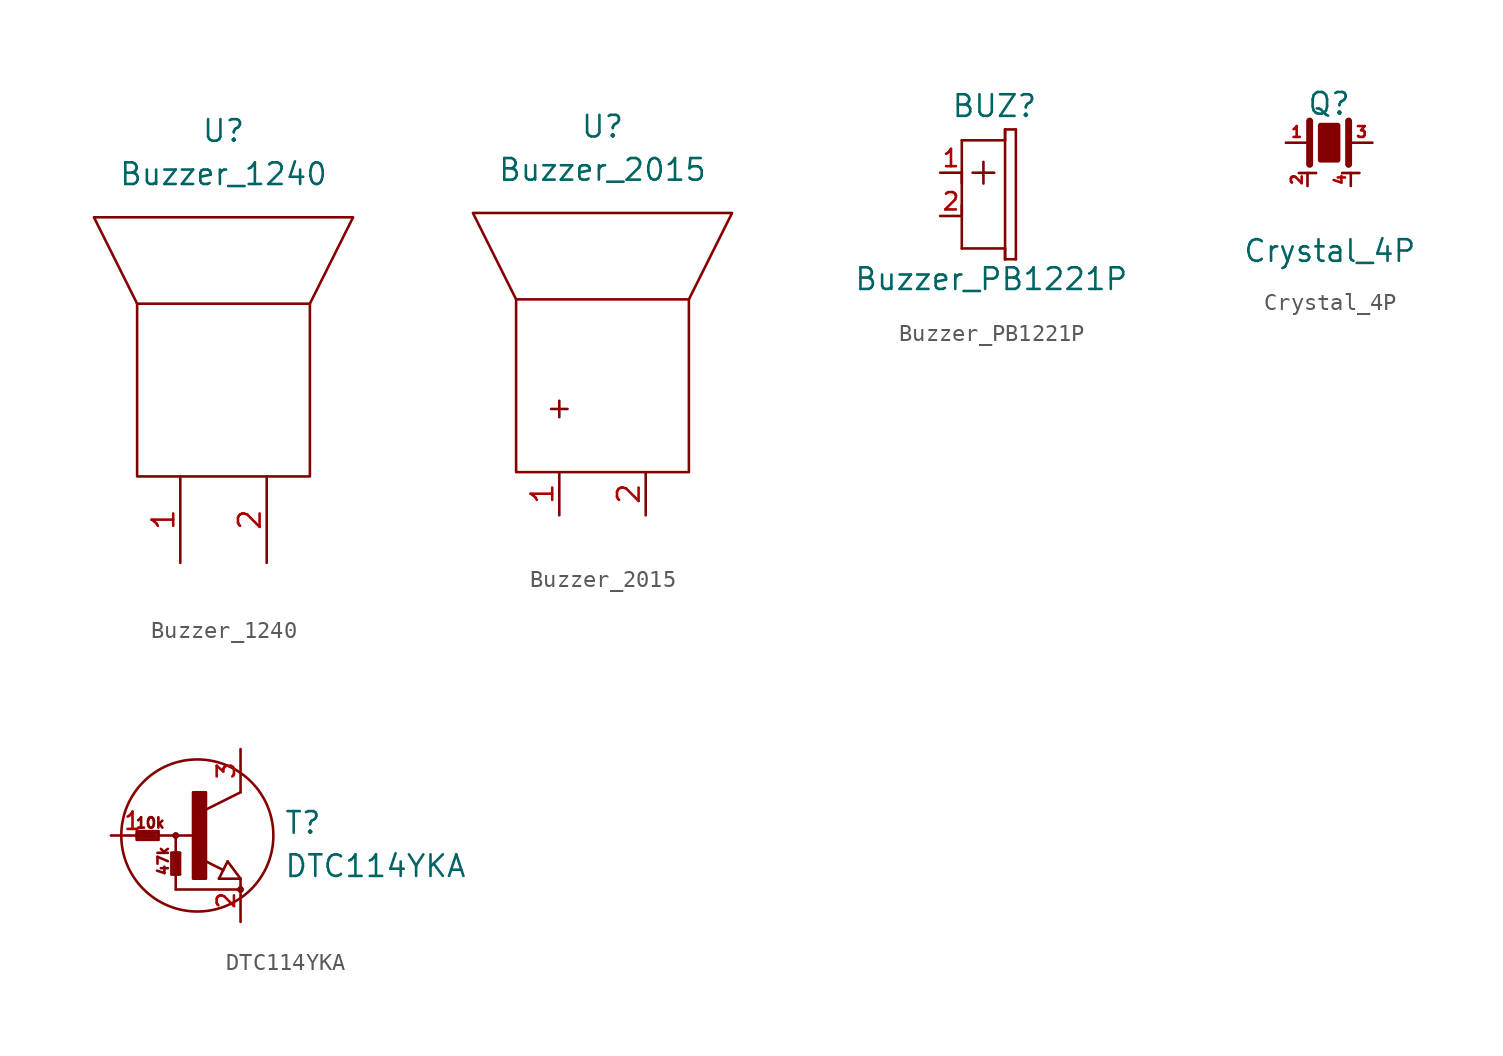
<source format=kicad_sym>
(kicad_symbol_lib
  (version 20211014)
  (generator kicad_symbol_editor)
  (symbol "Buzzer_1240"
    (pin_names
      (offset 1.016))
    (property "Reference" "U"
      (at 0 15.24 0)
      (effects (font (size 1.27 1.27))))
    (property "Value" "Buzzer_1240"
      (at 0 12.7 0)
      (effects (font (size 1.27 1.27))))
    (symbol "Buzzer_1240_0_1"
      (rectangle (start -5.08 5.08) (end 5.08 -5.08) (stroke (width 0) (type default) (color 0 0 0 0)) (fill (type none)))
      (polyline (pts (xy 5.08 5.08) (xy 7.62 10.16) (xy -7.62 10.16) (xy -5.08 5.08)) (stroke (width 0) (type default) (color 0 0 0 0)) (fill (type none))))
    (symbol "Buzzer_1240_1_1"
      (pin passive line (at -2.54 -10.16 90) (length 5.08) (name "~" (effects (font (size 1.27 1.27)))) (number "1" (effects (font (size 1.27 1.27)))))
      (pin passive line (at 2.54 -10.16 90) (length 5.08) (name "~" (effects (font (size 1.27 1.27)))) (number "2" (effects (font (size 1.27 1.27)))))))
  (symbol "Buzzer_2015"
    (pin_names
      (offset 1.016))
    (property "Reference" "U"
      (at 0 15.24 0)
      (effects (font (size 1.27 1.27))))
    (property "Value" "Buzzer_2015"
      (at 0 12.7 0)
      (effects (font (size 1.27 1.27))))
    (symbol "Buzzer_2015_0_0"
      (rectangle (start -5.08 5.08) (end 5.08 -5.08) (stroke (width 0) (type default) (color 0 0 0 0)) (fill (type none)))
      (polyline (pts (xy 5.08 5.08) (xy 7.62 10.16) (xy -7.62 10.16) (xy -5.08 5.08)) (stroke (width 0) (type default) (color 0 0 0 0)) (fill (type none)))
      (text "+" (at -2.54 -1.27 0) (effects (font (size 1.27 1.27)))))
    (symbol "Buzzer_2015_1_1"
      (pin passive line (at -2.54 -7.62 90) (length 2.54) (name "~" (effects (font (size 1.27 1.27)))) (number "1" (effects (font (size 1.27 1.27)))))
      (pin passive line (at 2.54 -7.62 90) (length 2.54) (name "~" (effects (font (size 1.27 1.27)))) (number "2" (effects (font (size 1.27 1.27)))))))
  (symbol "Buzzer_PB1221P"
    (pin_names
      (offset 1.016) hide)
    (property "Reference" "BUZ"
      (at -1.905 5.715 0)
      (effects (font (size 1.27 1.27)) (justify left bottom)))
    (property "Value" "Buzzer_PB1221P"
      (at -7.62 -4.445 0)
      (effects (font (size 1.27 1.27)) (justify left bottom)))
    (property "Datasheet" ""
      (at 0 0 90)
      (effects (font (size 1.524 1.524))))
    (symbol "Buzzer_PB1221P_1_0"
      (polyline (pts (xy -1.27 -1.905) (xy -1.27 0.635)) (stroke (width 0) (type default) (color 0 0 0 0)) (fill (type none)))
      (polyline (pts (xy -1.27 0) (xy -1.27 2.54)) (stroke (width 0) (type default) (color 0 0 0 0)) (fill (type none)))
      (polyline (pts (xy -1.27 1.905) (xy -1.27 4.445)) (stroke (width 0) (type default) (color 0 0 0 0)) (fill (type none)))
      (polyline (pts (xy -1.27 4.445) (xy 1.27 4.445)) (stroke (width 0) (type default) (color 0 0 0 0)) (fill (type none)))
      (polyline (pts (xy -0.635 2.54) (xy 0 2.54)) (stroke (width 0) (type default) (color 0 0 0 0)) (fill (type none)))
      (polyline (pts (xy 0 1.905) (xy 0 2.54)) (stroke (width 0) (type default) (color 0 0 0 0)) (fill (type none)))
      (polyline (pts (xy 0 2.54) (xy 0 3.175)) (stroke (width 0) (type default) (color 0 0 0 0)) (fill (type none)))
      (polyline (pts (xy 0.635 2.54) (xy 0 2.54)) (stroke (width 0) (type default) (color 0 0 0 0)) (fill (type none)))
      (polyline (pts (xy 1.27 -2.54) (xy 1.27 -1.905)) (stroke (width 0) (type default) (color 0 0 0 0)) (fill (type none)))
      (polyline (pts (xy 1.27 -2.54) (xy 1.27 5.08)) (stroke (width 0) (type default) (color 0 0 0 0)) (fill (type none)))
      (polyline (pts (xy 1.27 -1.905) (xy -1.27 -1.905)) (stroke (width 0) (type default) (color 0 0 0 0)) (fill (type none)))
      (polyline (pts (xy 1.27 4.445) (xy 1.27 5.08)) (stroke (width 0) (type default) (color 0 0 0 0)) (fill (type none)))
      (polyline (pts (xy 1.27 5.08) (xy 1.905 5.08)) (stroke (width 0) (type default) (color 0 0 0 0)) (fill (type none)))
      (polyline (pts (xy 1.905 -2.54) (xy 1.27 -2.54)) (stroke (width 0) (type default) (color 0 0 0 0)) (fill (type none)))
      (polyline (pts (xy 1.905 5.08) (xy 1.905 -2.54)) (stroke (width 0) (type default) (color 0 0 0 0)) (fill (type none))))
    (symbol "Buzzer_PB1221P_1_1"
      (pin passive line (at -2.54 2.54 0) (length 1.27) (name "PLUS" (effects (font (size 1.016 1.016)))) (number "1" (effects (font (size 1.016 1.016)))))
      (pin passive line (at -2.54 0 0) (length 1.27) (name "MINUS" (effects (font (size 1.016 1.016)))) (number "2" (effects (font (size 1.016 1.016)))))))
  (symbol "Crystal_4P"
    (pin_names
      (offset 1.016) hide)
    (property "Reference" "Q"
      (at 0 2.286 0)
      (effects (font (size 1.27 1.27))))
    (property "Value" "Crystal_4P"
      (at -5.08 -6.35 0)
      (effects (font (size 1.27 1.27)) (justify left)))
    (property "Footprint" ""
      (at 0 0 0)
      (effects (font (size 1.524 1.524))))
    (property "Datasheet" ""
      (at 0 0 0)
      (effects (font (size 1.524 1.524))))
    (symbol "Crystal_4P_0_1"
      (polyline (pts (xy -1.778 -1.778) (xy -0.762 -1.778)) (stroke (width 0) (type default) (color 0 0 0 0)) (fill (type none)))
      (polyline (pts (xy -1.143 1.27) (xy -1.143 -1.27)) (stroke (width 0.406) (type default) (color 0 0 0 0)) (fill (type none)))
      (polyline (pts (xy 0.762 -1.778) (xy 1.778 -1.778)) (stroke (width 0) (type default) (color 0 0 0 0)) (fill (type none)))
      (polyline (pts (xy 1.143 1.27) (xy 1.143 -1.27)) (stroke (width 0.406) (type default) (color 0 0 0 0)) (fill (type none)))
      (polyline (pts (xy -0.508 1.016) (xy 0.508 1.016) (xy 0.508 -1.016) (xy -0.508 -1.016) (xy -0.508 1.016)) (stroke (width 0.305) (type default) (color 0 0 0 0)) (fill (type outline))))
    (symbol "Crystal_4P_1_1"
      (pin passive line (at -2.54 0 0) (length 1.27) (name "1" (effects (font (size 0.508 0.508)))) (number "1" (effects (font (size 0.635 0.635)))))
      (pin passive line (at -1.27 -2.54 90) (length 0.762) (name "2" (effects (font (size 0.508 0.508)))) (number "2" (effects (font (size 0.635 0.635)))))
      (pin passive line (at 2.54 0 180) (length 1.27) (name "3" (effects (font (size 0.508 0.508)))) (number "3" (effects (font (size 0.635 0.635)))))
      (pin passive line (at 1.27 -2.54 90) (length 0.762) (name "4" (effects (font (size 0.508 0.508)))) (number "4" (effects (font (size 0.635 0.635)))))))
  (symbol "DTC114YKA"
    (pin_names
      (offset 0) hide)
    (property "Reference" "T"
      (at 5.08 0 0)
      (effects (font (size 1.27 1.27)) (justify left bottom)))
    (property "Value" "DTC114YKA"
      (at 5.08 -2.54 0)
      (effects (font (size 1.27 1.27)) (justify left bottom)))
    (property "Datasheet" ""
      (at 0 0 0)
      (effects (font (size 1.524 1.524))))
    (symbol "DTC114YKA_1_0"
      (polyline (pts (xy -3.556 -0.254) (xy -2.286 -0.254)) (stroke (width 0) (type default) (color 0 0 0 0)) (fill (type none)))
      (polyline (pts (xy -3.556 -0.127) (xy -3.556 -0.254)) (stroke (width 0) (type default) (color 0 0 0 0)) (fill (type none)))
      (polyline (pts (xy -3.556 -0.127) (xy -2.286 -0.127)) (stroke (width 0) (type default) (color 0 0 0 0)) (fill (type none)))
      (polyline (pts (xy -3.556 0) (xy -3.556 -0.127)) (stroke (width 0) (type default) (color 0 0 0 0)) (fill (type none)))
      (polyline (pts (xy -3.556 0.127) (xy -3.556 0)) (stroke (width 0) (type default) (color 0 0 0 0)) (fill (type none)))
      (polyline (pts (xy -3.556 0.127) (xy -2.286 0.127)) (stroke (width 0) (type default) (color 0 0 0 0)) (fill (type none)))
      (polyline (pts (xy -3.556 0.254) (xy -3.556 0.127)) (stroke (width 0) (type default) (color 0 0 0 0)) (fill (type none)))
      (polyline (pts (xy -3.556 0.254) (xy -2.286 0.254)) (stroke (width 0) (type default) (color 0 0 0 0)) (fill (type none)))
      (polyline (pts (xy -2.286 0) (xy -3.556 0)) (stroke (width 0) (type default) (color 0 0 0 0)) (fill (type none)))
      (polyline (pts (xy -2.286 0) (xy -2.286 -0.254)) (stroke (width 0) (type default) (color 0 0 0 0)) (fill (type none)))
      (polyline (pts (xy -2.286 0.127) (xy -2.286 0)) (stroke (width 0) (type default) (color 0 0 0 0)) (fill (type none)))
      (polyline (pts (xy -2.286 0.254) (xy -2.286 0.127)) (stroke (width 0) (type default) (color 0 0 0 0)) (fill (type none)))
      (polyline (pts (xy -1.524 -2.286) (xy -1.524 -1.016)) (stroke (width 0) (type default) (color 0 0 0 0)) (fill (type none)))
      (polyline (pts (xy -1.524 -2.286) (xy -1.397 -2.286)) (stroke (width 0) (type default) (color 0 0 0 0)) (fill (type none)))
      (polyline (pts (xy -1.524 -1.016) (xy -1.397 -1.016)) (stroke (width 0) (type default) (color 0 0 0 0)) (fill (type none)))
      (polyline (pts (xy -1.397 -2.286) (xy -1.397 -1.016)) (stroke (width 0) (type default) (color 0 0 0 0)) (fill (type none)))
      (polyline (pts (xy -1.397 -2.286) (xy -1.143 -2.286)) (stroke (width 0) (type default) (color 0 0 0 0)) (fill (type none)))
      (polyline (pts (xy -1.397 -1.016) (xy -1.143 -1.016)) (stroke (width 0) (type default) (color 0 0 0 0)) (fill (type none)))
      (polyline (pts (xy -1.27 -3.175) (xy 2.54 -3.175)) (stroke (width 0) (type default) (color 0 0 0 0)) (fill (type none)))
      (polyline (pts (xy -1.27 0) (xy -2.286 0)) (stroke (width 0) (type default) (color 0 0 0 0)) (fill (type none)))
      (polyline (pts (xy -1.27 0) (xy -1.27 -3.175)) (stroke (width 0) (type default) (color 0 0 0 0)) (fill (type none)))
      (polyline (pts (xy -1.143 -2.286) (xy -1.143 -1.016)) (stroke (width 0) (type default) (color 0 0 0 0)) (fill (type none)))
      (polyline (pts (xy -1.143 -2.286) (xy -1.016 -2.286)) (stroke (width 0) (type default) (color 0 0 0 0)) (fill (type none)))
      (polyline (pts (xy -1.143 -1.016) (xy -1.016 -1.016)) (stroke (width 0) (type default) (color 0 0 0 0)) (fill (type none)))
      (polyline (pts (xy -1.016 -2.286) (xy -1.016 -1.016)) (stroke (width 0) (type default) (color 0 0 0 0)) (fill (type none)))
      (polyline (pts (xy 0 0) (xy -1.27 0)) (stroke (width 0) (type default) (color 0 0 0 0)) (fill (type none)))
      (polyline (pts (xy 1.27 -2.54) (xy 1.778 -1.524)) (stroke (width 0) (type default) (color 0 0 0 0)) (fill (type none)))
      (polyline (pts (xy 1.524 -2.032) (xy 0.305 -1.422)) (stroke (width 0) (type default) (color 0 0 0 0)) (fill (type none)))
      (polyline (pts (xy 1.778 -1.524) (xy 2.54 -2.54)) (stroke (width 0) (type default) (color 0 0 0 0)) (fill (type none)))
      (polyline (pts (xy 2.54 -2.54) (xy 1.27 -2.54)) (stroke (width 0) (type default) (color 0 0 0 0)) (fill (type none)))
      (polyline (pts (xy 2.54 2.54) (xy 0.508 1.524)) (stroke (width 0) (type default) (color 0 0 0 0)) (fill (type none)))
      (text "10k" (at -2.769 0.737 0) (effects (font (size 0.61 0.61))))
      (text "47k" (at -2.007 -1.499 900) (effects (font (size 0.61 0.61)))))
    (symbol "DTC114YKA_1_1"
      (circle (center -1.27 0) (radius 0.127) (stroke (width 0) (type default) (color 0 0 0 0)) (fill (type outline)))
      (rectangle (start -0.254 -2.54) (end 0.508 2.54) (stroke (width 0) (type default) (color 0 0 0 0)) (fill (type outline)))
      (circle (center 0 0) (radius 4.47) (stroke (width 0) (type default) (color 0 0 0 0)) (fill (type none)))
      (circle (center 2.54 -3.175) (radius 0.127) (stroke (width 0) (type default) (color 0 0 0 0)) (fill (type outline)))
      (pin passive line (at -5.08 0 0) (length 2.54) (name "B" (effects (font (size 1.016 1.016)))) (number "1" (effects (font (size 1.016 1.016)))))
      (pin passive line (at 2.54 -5.08 90) (length 2.54) (name "E" (effects (font (size 1.016 1.016)))) (number "2" (effects (font (size 1.016 1.016)))))
      (pin passive line (at 2.54 5.08 270) (length 2.54) (name "C" (effects (font (size 1.016 1.016)))) (number "3" (effects (font (size 1.016 1.016))))))))
</source>
